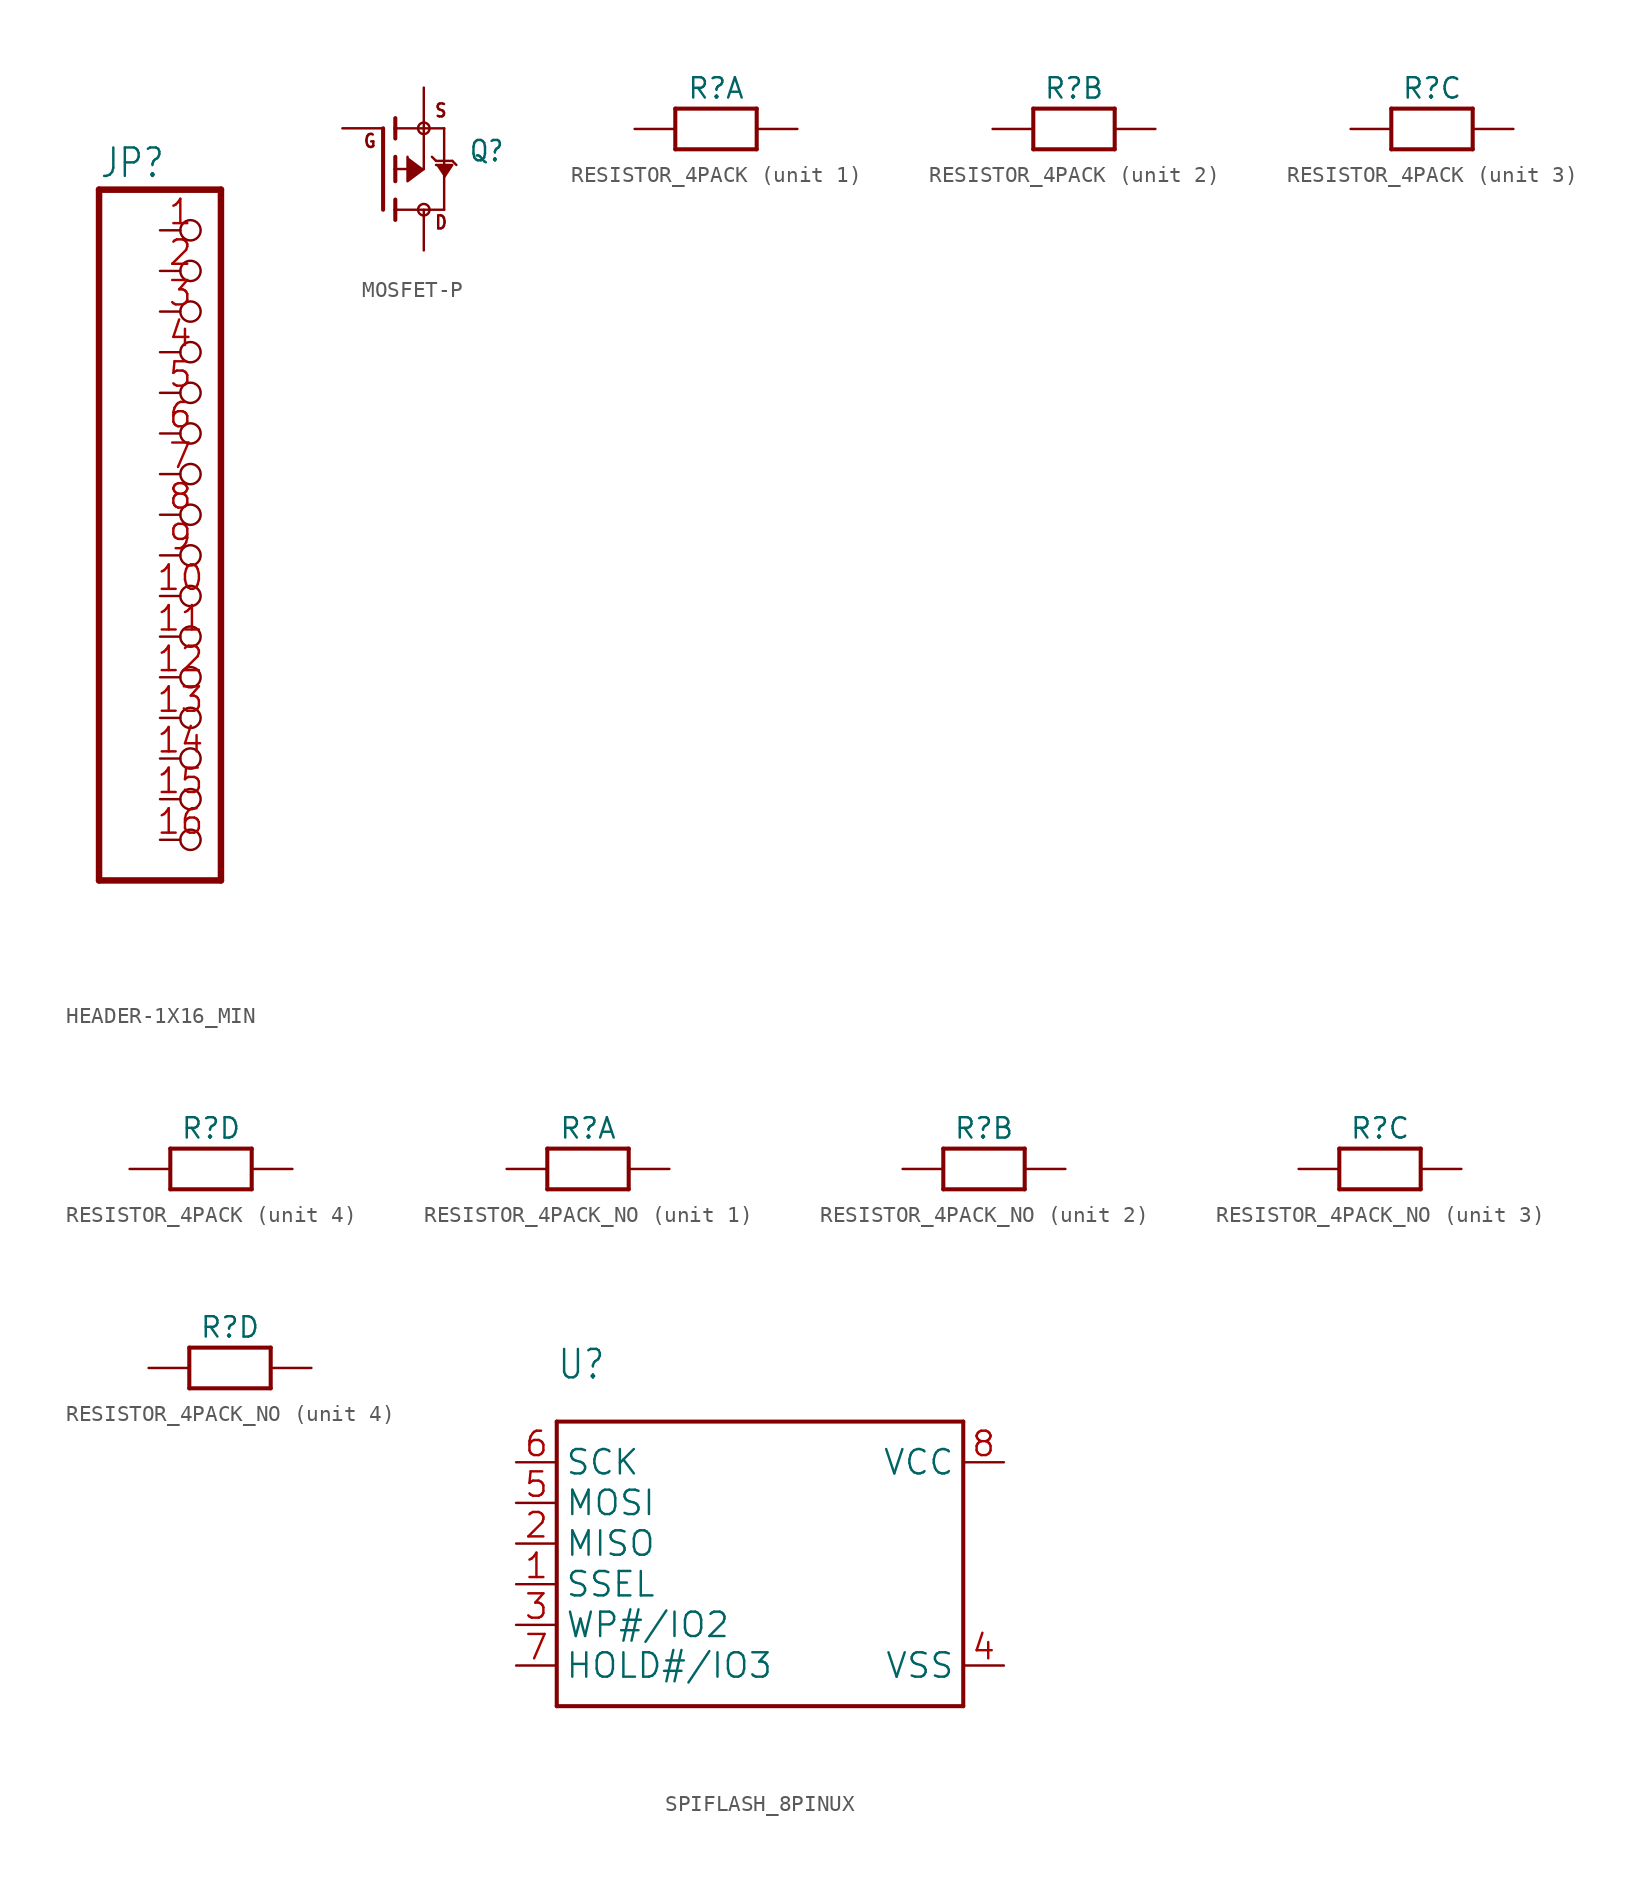
<source format=kicad_sym>
(kicad_symbol_lib
  (version 20241209)
  (generator "kicad_symbol_editor")
  (generator_version "9.0")
  (symbol "HEADER-1X16_MIN"
    (property "Reference" "JP"
      (at -6.35 20.955 0)
      (effects (font (size 1.778 1.511)) (justify left bottom)))
    (property "Value" ""
      (at -6.35 -25.4 0)
      (effects (font (size 1.778 1.511)) (justify left bottom)))
    (property "ki_locked" ""
      (at 0 0 0)
      (effects (font (size 1.27 1.27))))
    (symbol "HEADER-1X16_MIN_1_0"
      (polyline (pts (xy -6.35 20.32) (xy -6.35 -22.86)) (stroke (width 0.406) (type solid)) (fill (type none)))
      (polyline (pts (xy -6.35 -22.86) (xy 1.27 -22.86)) (stroke (width 0.406) (type solid)) (fill (type none)))
      (polyline (pts (xy 1.27 20.32) (xy -6.35 20.32)) (stroke (width 0.406) (type solid)) (fill (type none)))
      (polyline (pts (xy 1.27 -22.86) (xy 1.27 20.32)) (stroke (width 0.406) (type solid)) (fill (type none)))
      (pin passive inverted (at -2.54 17.78 0) (length 2.54) (name "1" (effects (font (size 0 0)))) (number "1" (effects (font (size 1.524 1.524)))))
      (pin passive inverted (at -2.54 15.24 0) (length 2.54) (name "2" (effects (font (size 0 0)))) (number "2" (effects (font (size 1.524 1.524)))))
      (pin passive inverted (at -2.54 12.7 0) (length 2.54) (name "3" (effects (font (size 0 0)))) (number "3" (effects (font (size 1.524 1.524)))))
      (pin passive inverted (at -2.54 10.16 0) (length 2.54) (name "4" (effects (font (size 0 0)))) (number "4" (effects (font (size 1.524 1.524)))))
      (pin passive inverted (at -2.54 7.62 0) (length 2.54) (name "5" (effects (font (size 0 0)))) (number "5" (effects (font (size 1.524 1.524)))))
      (pin passive inverted (at -2.54 5.08 0) (length 2.54) (name "6" (effects (font (size 0 0)))) (number "6" (effects (font (size 1.524 1.524)))))
      (pin passive inverted (at -2.54 2.54 0) (length 2.54) (name "7" (effects (font (size 0 0)))) (number "7" (effects (font (size 1.524 1.524)))))
      (pin passive inverted (at -2.54 0 0) (length 2.54) (name "8" (effects (font (size 0 0)))) (number "8" (effects (font (size 1.524 1.524)))))
      (pin passive inverted (at -2.54 -2.54 0) (length 2.54) (name "9" (effects (font (size 0 0)))) (number "9" (effects (font (size 1.524 1.524)))))
      (pin passive inverted (at -2.54 -5.08 0) (length 2.54) (name "10" (effects (font (size 0 0)))) (number "10" (effects (font (size 1.524 1.524)))))
      (pin passive inverted (at -2.54 -7.62 0) (length 2.54) (name "11" (effects (font (size 0 0)))) (number "11" (effects (font (size 1.524 1.524)))))
      (pin passive inverted (at -2.54 -10.16 0) (length 2.54) (name "12" (effects (font (size 0 0)))) (number "12" (effects (font (size 1.524 1.524)))))
      (pin passive inverted (at -2.54 -12.7 0) (length 2.54) (name "13" (effects (font (size 0 0)))) (number "13" (effects (font (size 1.524 1.524)))))
      (pin passive inverted (at -2.54 -15.24 0) (length 2.54) (name "14" (effects (font (size 0 0)))) (number "14" (effects (font (size 1.524 1.524)))))
      (pin passive inverted (at -2.54 -17.78 0) (length 2.54) (name "15" (effects (font (size 0 0)))) (number "15" (effects (font (size 1.524 1.524)))))
      (pin passive inverted (at -2.54 -20.32 0) (length 2.54) (name "16" (effects (font (size 0 0)))) (number "16" (effects (font (size 1.524 1.524)))))))
  (symbol "MOSFET-P"
    (property "Reference" "Q"
      (at 2.794 0.381 0)
      (effects (font (size 1.27 1.079)) (justify left bottom)))
    (property "Value" ""
      (at 2.794 -1.905 0)
      (effects (font (size 1.27 1.079)) (justify left bottom)))
    (property "ki_locked" ""
      (at 0 0 0)
      (effects (font (size 1.27 1.27))))
    (symbol "MOSFET-P_1_0"
      (polyline (pts (xy -2.54 -2.54) (xy -2.54 2.54)) (stroke (width 0.254) (type solid)) (fill (type none)))
      (polyline (pts (xy -1.778 2.54) (xy -1.778 3.175)) (stroke (width 0.254) (type solid)) (fill (type none)))
      (polyline (pts (xy -1.778 1.905) (xy -1.778 2.54)) (stroke (width 0.254) (type solid)) (fill (type none)))
      (polyline (pts (xy -1.778 0) (xy -1.778 0.762)) (stroke (width 0.254) (type solid)) (fill (type none)))
      (polyline (pts (xy -1.778 0) (xy 0 0)) (stroke (width 0.152) (type solid)) (fill (type none)))
      (polyline (pts (xy -1.778 -0.762) (xy -1.778 0)) (stroke (width 0.254) (type solid)) (fill (type none)))
      (polyline (pts (xy -1.778 -2.54) (xy -1.778 -1.905)) (stroke (width 0.254) (type solid)) (fill (type none)))
      (polyline (pts (xy -1.778 -2.54) (xy 1.27 -2.54)) (stroke (width 0.152) (type solid)) (fill (type none)))
      (polyline (pts (xy -1.778 -3.175) (xy -1.778 -2.54)) (stroke (width 0.254) (type solid)) (fill (type none)))
      (circle (center 0 2.54) (radius 0.359) (stroke (width 0) (type solid)) (fill (type none)))
      (polyline (pts (xy 0 2.54) (xy -1.778 2.54)) (stroke (width 0.152) (type solid)) (fill (type none)))
      (polyline (pts (xy 0 2.54) (xy 1.27 2.54)) (stroke (width 0.152) (type solid)) (fill (type none)))
      (polyline (pts (xy 0 0) (xy 0 2.54)) (stroke (width 0.152) (type solid)) (fill (type none)))
      (polyline (pts (xy 0 0) (xy -1.016 -0.762) (xy -1.016 0.762)) (stroke (width 0.152) (type solid)) (fill (type outline)))
      (circle (center 0 -2.54) (radius 0.359) (stroke (width 0) (type solid)) (fill (type none)))
      (polyline (pts (xy 0.508 0.762) (xy 0.762 0.508)) (stroke (width 0.152) (type solid)) (fill (type none)))
      (polyline (pts (xy 0.762 0.508) (xy 1.27 0.508)) (stroke (width 0.152) (type solid)) (fill (type none)))
      (polyline (pts (xy 1.27 0.508) (xy 1.27 2.54)) (stroke (width 0.152) (type solid)) (fill (type none)))
      (polyline (pts (xy 1.27 0.508) (xy 1.778 0.508)) (stroke (width 0.152) (type solid)) (fill (type none)))
      (polyline (pts (xy 1.27 -0.508) (xy 1.778 0.254) (xy 0.762 0.254)) (stroke (width 0.152) (type solid)) (fill (type outline)))
      (polyline (pts (xy 1.27 -2.54) (xy 1.27 0.508)) (stroke (width 0.152) (type solid)) (fill (type none)))
      (polyline (pts (xy 1.778 0.508) (xy 2.032 0.254)) (stroke (width 0.152) (type solid)) (fill (type none)))
      (text "G" (at -3.81 1.27 0) (effects (font (size 0.813 0.691)) (justify left bottom)))
      (text "S" (at 0.635 3.175 0) (effects (font (size 0.813 0.691)) (justify left bottom)))
      (text "D" (at 0.635 -3.81 0) (effects (font (size 0.813 0.691)) (justify left bottom)))
      (pin passive line (at -5.08 2.54 0) (length 2.54) (name "G" (effects (font (size 0 0)))) (number "1" (effects (font (size 0 0)))))
      (pin passive line (at 0 5.08 270) (length 2.54) (name "S" (effects (font (size 0 0)))) (number "2" (effects (font (size 0 0)))))
      (pin passive line (at 0 -5.08 90) (length 2.54) (name "D" (effects (font (size 0 0)))) (number "3" (effects (font (size 0 0)))))))
  (symbol "RESISTOR_4PACK"
    (property "Reference" "R"
      (at 0 2.54 0)
      (effects (font (size 1.27 1.27))))
    (property "Value" ""
      (at 0 0 0)
      (effects (font (size 1.016 1.016) (thickness 0.203) (bold yes))))
    (property "ki_locked" ""
      (at 0 0 0)
      (effects (font (size 1.27 1.27))))
    (symbol "RESISTOR_4PACK_1_0"
      (polyline (pts (xy -2.54 1.27) (xy 2.54 1.27)) (stroke (width 0.254) (type solid)) (fill (type none)))
      (polyline (pts (xy -2.54 -1.27) (xy -2.54 1.27)) (stroke (width 0.254) (type solid)) (fill (type none)))
      (polyline (pts (xy 2.54 1.27) (xy 2.54 -1.27)) (stroke (width 0.254) (type solid)) (fill (type none)))
      (polyline (pts (xy 2.54 -1.27) (xy -2.54 -1.27)) (stroke (width 0.254) (type solid)) (fill (type none)))
      (pin passive line (at -5.08 0 0) (length 2.54) (name "1" (effects (font (size 0 0)))) (number "1" (effects (font (size 0 0)))))
      (pin passive line (at 5.08 0 180) (length 2.54) (name "2" (effects (font (size 0 0)))) (number "8" (effects (font (size 0 0))))))
    (symbol "RESISTOR_4PACK_2_0"
      (polyline (pts (xy -2.54 1.27) (xy 2.54 1.27)) (stroke (width 0.254) (type solid)) (fill (type none)))
      (polyline (pts (xy -2.54 -1.27) (xy -2.54 1.27)) (stroke (width 0.254) (type solid)) (fill (type none)))
      (polyline (pts (xy 2.54 1.27) (xy 2.54 -1.27)) (stroke (width 0.254) (type solid)) (fill (type none)))
      (polyline (pts (xy 2.54 -1.27) (xy -2.54 -1.27)) (stroke (width 0.254) (type solid)) (fill (type none)))
      (pin passive line (at -5.08 0 0) (length 2.54) (name "1" (effects (font (size 0 0)))) (number "2" (effects (font (size 0 0)))))
      (pin passive line (at 5.08 0 180) (length 2.54) (name "2" (effects (font (size 0 0)))) (number "7" (effects (font (size 0 0))))))
    (symbol "RESISTOR_4PACK_3_0"
      (polyline (pts (xy -2.54 1.27) (xy 2.54 1.27)) (stroke (width 0.254) (type solid)) (fill (type none)))
      (polyline (pts (xy -2.54 -1.27) (xy -2.54 1.27)) (stroke (width 0.254) (type solid)) (fill (type none)))
      (polyline (pts (xy 2.54 1.27) (xy 2.54 -1.27)) (stroke (width 0.254) (type solid)) (fill (type none)))
      (polyline (pts (xy 2.54 -1.27) (xy -2.54 -1.27)) (stroke (width 0.254) (type solid)) (fill (type none)))
      (pin passive line (at -5.08 0 0) (length 2.54) (name "1" (effects (font (size 0 0)))) (number "3" (effects (font (size 0 0)))))
      (pin passive line (at 5.08 0 180) (length 2.54) (name "2" (effects (font (size 0 0)))) (number "6" (effects (font (size 0 0))))))
    (symbol "RESISTOR_4PACK_4_0"
      (polyline (pts (xy -2.54 1.27) (xy 2.54 1.27)) (stroke (width 0.254) (type solid)) (fill (type none)))
      (polyline (pts (xy -2.54 -1.27) (xy -2.54 1.27)) (stroke (width 0.254) (type solid)) (fill (type none)))
      (polyline (pts (xy 2.54 1.27) (xy 2.54 -1.27)) (stroke (width 0.254) (type solid)) (fill (type none)))
      (polyline (pts (xy 2.54 -1.27) (xy -2.54 -1.27)) (stroke (width 0.254) (type solid)) (fill (type none)))
      (pin passive line (at -5.08 0 0) (length 2.54) (name "1" (effects (font (size 0 0)))) (number "4" (effects (font (size 0 0)))))
      (pin passive line (at 5.08 0 180) (length 2.54) (name "2" (effects (font (size 0 0)))) (number "5" (effects (font (size 0 0)))))))
  (symbol "RESISTOR_4PACK_NO"
    (property "Reference" "R"
      (at 0 2.54 0)
      (effects (font (size 1.27 1.27))))
    (property "Value" ""
      (at 0 0 0)
      (effects (font (size 1.016 1.016) (thickness 0.203) (bold yes))))
    (property "ki_locked" ""
      (at 0 0 0)
      (effects (font (size 1.27 1.27))))
    (symbol "RESISTOR_4PACK_NO_1_0"
      (polyline (pts (xy -2.54 1.27) (xy 2.54 1.27)) (stroke (width 0.254) (type solid)) (fill (type none)))
      (polyline (pts (xy -2.54 -1.27) (xy -2.54 1.27)) (stroke (width 0.254) (type solid)) (fill (type none)))
      (polyline (pts (xy 2.54 1.27) (xy 2.54 -1.27)) (stroke (width 0.254) (type solid)) (fill (type none)))
      (polyline (pts (xy 2.54 -1.27) (xy -2.54 -1.27)) (stroke (width 0.254) (type solid)) (fill (type none)))
      (pin passive line (at -5.08 0 0) (length 2.54) (name "1" (effects (font (size 0 0)))) (number "1" (effects (font (size 0 0)))))
      (pin passive line (at 5.08 0 180) (length 2.54) (name "2" (effects (font (size 0 0)))) (number "8" (effects (font (size 0 0))))))
    (symbol "RESISTOR_4PACK_NO_2_0"
      (polyline (pts (xy -2.54 1.27) (xy 2.54 1.27)) (stroke (width 0.254) (type solid)) (fill (type none)))
      (polyline (pts (xy -2.54 -1.27) (xy -2.54 1.27)) (stroke (width 0.254) (type solid)) (fill (type none)))
      (polyline (pts (xy 2.54 1.27) (xy 2.54 -1.27)) (stroke (width 0.254) (type solid)) (fill (type none)))
      (polyline (pts (xy 2.54 -1.27) (xy -2.54 -1.27)) (stroke (width 0.254) (type solid)) (fill (type none)))
      (pin passive line (at -5.08 0 0) (length 2.54) (name "1" (effects (font (size 0 0)))) (number "2" (effects (font (size 0 0)))))
      (pin passive line (at 5.08 0 180) (length 2.54) (name "2" (effects (font (size 0 0)))) (number "7" (effects (font (size 0 0))))))
    (symbol "RESISTOR_4PACK_NO_3_0"
      (polyline (pts (xy -2.54 1.27) (xy 2.54 1.27)) (stroke (width 0.254) (type solid)) (fill (type none)))
      (polyline (pts (xy -2.54 -1.27) (xy -2.54 1.27)) (stroke (width 0.254) (type solid)) (fill (type none)))
      (polyline (pts (xy 2.54 1.27) (xy 2.54 -1.27)) (stroke (width 0.254) (type solid)) (fill (type none)))
      (polyline (pts (xy 2.54 -1.27) (xy -2.54 -1.27)) (stroke (width 0.254) (type solid)) (fill (type none)))
      (pin passive line (at -5.08 0 0) (length 2.54) (name "1" (effects (font (size 0 0)))) (number "3" (effects (font (size 0 0)))))
      (pin passive line (at 5.08 0 180) (length 2.54) (name "2" (effects (font (size 0 0)))) (number "6" (effects (font (size 0 0))))))
    (symbol "RESISTOR_4PACK_NO_4_0"
      (polyline (pts (xy -2.54 1.27) (xy 2.54 1.27)) (stroke (width 0.254) (type solid)) (fill (type none)))
      (polyline (pts (xy -2.54 -1.27) (xy -2.54 1.27)) (stroke (width 0.254) (type solid)) (fill (type none)))
      (polyline (pts (xy 2.54 1.27) (xy 2.54 -1.27)) (stroke (width 0.254) (type solid)) (fill (type none)))
      (polyline (pts (xy 2.54 -1.27) (xy -2.54 -1.27)) (stroke (width 0.254) (type solid)) (fill (type none)))
      (pin passive line (at -5.08 0 0) (length 2.54) (name "1" (effects (font (size 0 0)))) (number "4" (effects (font (size 0 0)))))
      (pin passive line (at 5.08 0 180) (length 2.54) (name "2" (effects (font (size 0 0)))) (number "5" (effects (font (size 0 0)))))))
  (symbol "SPIFLASH_8PINUX"
    (property "Reference" "U"
      (at -12.7 12.7 0)
      (effects (font (size 1.778 1.511)) (justify left bottom)))
    (property "Value" ""
      (at -12.7 -10.16 0)
      (effects (font (size 1.778 1.511)) (justify left bottom)))
    (property "ki_locked" ""
      (at 0 0 0)
      (effects (font (size 1.27 1.27))))
    (symbol "SPIFLASH_8PINUX_1_0"
      (polyline (pts (xy -12.7 10.16) (xy 12.7 10.16)) (stroke (width 0.254) (type solid)) (fill (type none)))
      (polyline (pts (xy -12.7 -7.62) (xy -12.7 10.16)) (stroke (width 0.254) (type solid)) (fill (type none)))
      (polyline (pts (xy 12.7 10.16) (xy 12.7 -7.62)) (stroke (width 0.254) (type solid)) (fill (type none)))
      (polyline (pts (xy 12.7 -7.62) (xy -12.7 -7.62)) (stroke (width 0.254) (type solid)) (fill (type none)))
      (pin bidirectional line (at -15.24 7.62 0) (length 2.54) (name "SCK" (effects (font (size 1.524 1.524)))) (number "6" (effects (font (size 1.524 1.524)))))
      (pin bidirectional line (at -15.24 5.08 0) (length 2.54) (name "MOSI" (effects (font (size 1.524 1.524)))) (number "5" (effects (font (size 1.524 1.524)))))
      (pin bidirectional line (at -15.24 2.54 0) (length 2.54) (name "MISO" (effects (font (size 1.524 1.524)))) (number "2" (effects (font (size 1.524 1.524)))))
      (pin bidirectional line (at -15.24 0 0) (length 2.54) (name "SSEL" (effects (font (size 1.524 1.524)))) (number "1" (effects (font (size 1.524 1.524)))))
      (pin bidirectional line (at -15.24 -2.54 0) (length 2.54) (name "WP#/IO2" (effects (font (size 1.524 1.524)))) (number "3" (effects (font (size 1.524 1.524)))))
      (pin bidirectional line (at -15.24 -5.08 0) (length 2.54) (name "HOLD#/IO3" (effects (font (size 1.524 1.524)))) (number "7" (effects (font (size 1.524 1.524)))))
      (pin bidirectional line (at 15.24 7.62 180) (length 2.54) (name "VCC" (effects (font (size 1.524 1.524)))) (number "8" (effects (font (size 1.524 1.524)))))
      (pin bidirectional line (at 15.24 -5.08 180) (length 2.54) (name "VSS" (effects (font (size 1.524 1.524)))) (number "4" (effects (font (size 1.524 1.524))))))))
</source>
